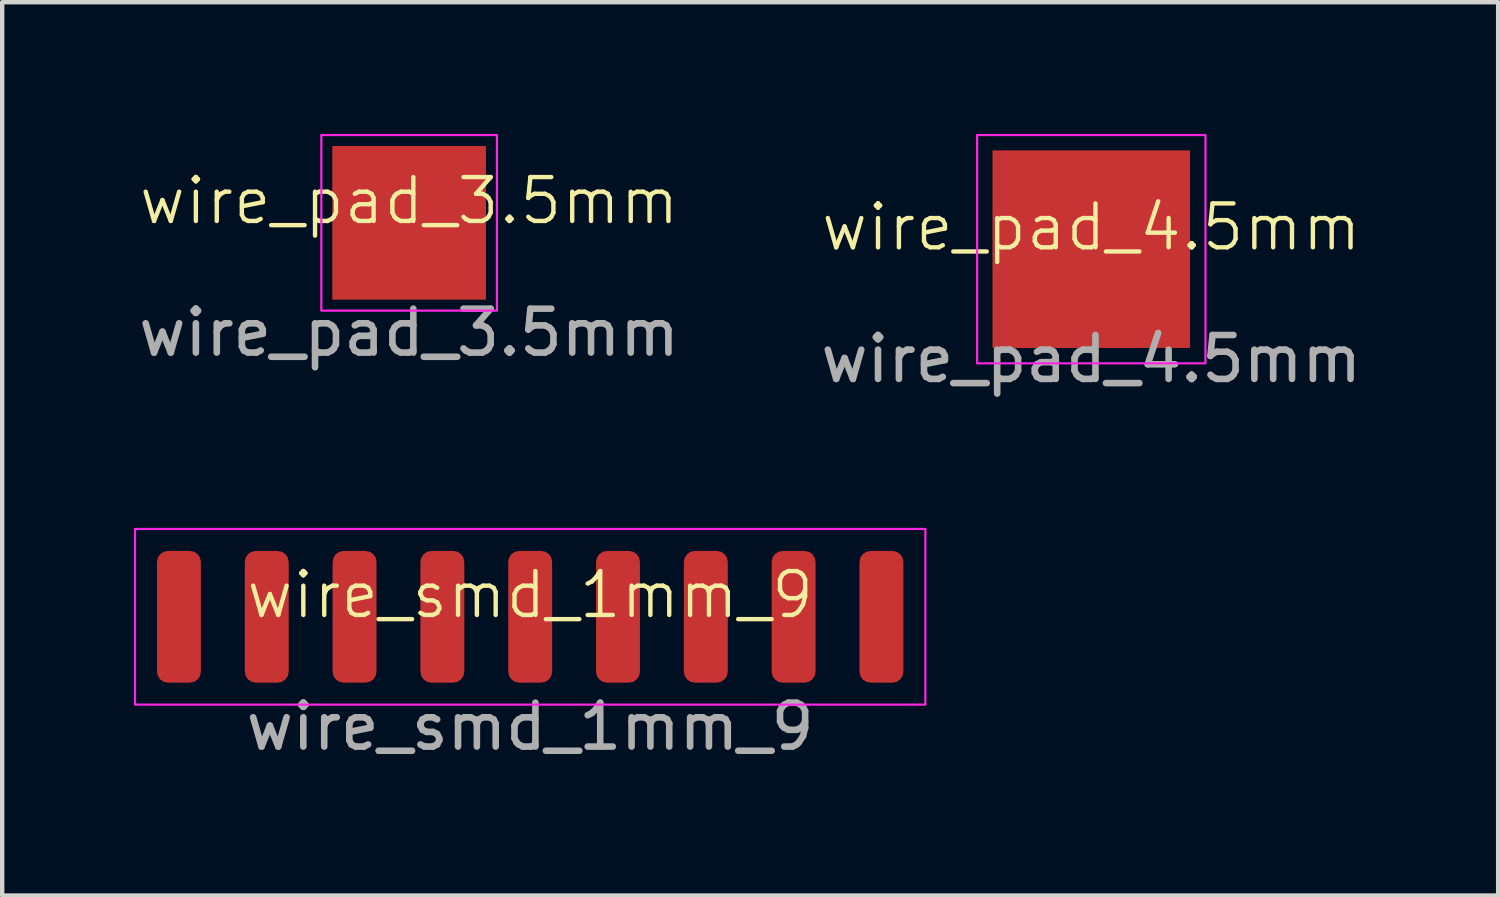
<source format=kicad_pcb>
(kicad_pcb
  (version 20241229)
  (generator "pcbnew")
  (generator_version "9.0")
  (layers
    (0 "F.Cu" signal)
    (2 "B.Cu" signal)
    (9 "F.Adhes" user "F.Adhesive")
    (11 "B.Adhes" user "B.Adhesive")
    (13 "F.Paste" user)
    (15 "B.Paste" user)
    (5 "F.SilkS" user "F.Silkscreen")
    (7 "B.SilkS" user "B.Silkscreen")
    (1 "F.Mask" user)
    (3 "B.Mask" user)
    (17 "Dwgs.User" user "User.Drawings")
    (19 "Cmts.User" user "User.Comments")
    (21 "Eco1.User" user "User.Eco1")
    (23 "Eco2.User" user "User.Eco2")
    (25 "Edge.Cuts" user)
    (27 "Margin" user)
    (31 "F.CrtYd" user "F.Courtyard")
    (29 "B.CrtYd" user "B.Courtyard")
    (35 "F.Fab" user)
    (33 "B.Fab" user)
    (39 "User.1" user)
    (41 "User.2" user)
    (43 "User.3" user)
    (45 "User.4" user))
  (footprint "wire_pad_4.5mm"
    (layer "F.Cu")
    (at 21.804 2.625)
    (property "Reference" "wire_pad_4.5mm" (at 0 -0.5 0) (unlocked yes) (layer "F.SilkS") (effects (font (size 1 1) (thickness 0.1))))
    (attr smd)
    (fp_rect (start -2.6 -2.6) (end 2.6 2.6) (stroke (width 0.05) (type default)) (fill no) (layer "F.CrtYd"))
    (fp_text user "${REFERENCE}" (at 0 2.5 0) (unlocked yes) (layer "F.Fab") (effects (font (size 1 1) (thickness 0.15))))
    (pad "1" smd rect (at 0 0) (size 4.5 4.5) (layers "F.Cu" "F.Mask" "F.Paste")))
  (footprint "wire_smd_1mm_9"
    (layer "F.Cu")
    (at 9.025 10.998)
    (property "Reference" "wire_smd_1mm_9" (at 0 -0.5 0) (unlocked yes) (layer "F.SilkS") (effects (font (size 1 1) (thickness 0.1))))
    (attr smd)
    (fp_rect (start -9 -2) (end 9 2) (stroke (width 0.05) (type default)) (fill no) (layer "F.CrtYd"))
    (fp_text user "${REFERENCE}" (at 0 2.5 0) (unlocked yes) (layer "F.Fab") (effects (font (size 1 1) (thickness 0.15))))
    (pad "1" smd roundrect (at -8 0) (size 1 3) (layers "F.Cu" "F.Mask" "F.Paste") (roundrect_rratio 0.25))
    (pad "2" smd roundrect (at -6 0) (size 1 3) (layers "F.Cu" "F.Mask" "F.Paste") (roundrect_rratio 0.25))
    (pad "3" smd roundrect (at -4 0) (size 1 3) (layers "F.Cu" "F.Mask" "F.Paste") (roundrect_rratio 0.25))
    (pad "4" smd roundrect (at -2 0) (size 1 3) (layers "F.Cu" "F.Mask" "F.Paste") (roundrect_rratio 0.25))
    (pad "5" smd roundrect (at 0 0) (size 1 3) (layers "F.Cu" "F.Mask" "F.Paste") (roundrect_rratio 0.25))
    (pad "6" smd roundrect (at 2 0) (size 1 3) (layers "F.Cu" "F.Mask" "F.Paste") (roundrect_rratio 0.25))
    (pad "7" smd roundrect (at 4 0) (size 1 3) (layers "F.Cu" "F.Mask" "F.Paste") (roundrect_rratio 0.25))
    (pad "8" smd roundrect (at 6 0) (size 1 3) (layers "F.Cu" "F.Mask" "F.Paste") (roundrect_rratio 0.25))
    (pad "9" smd roundrect (at 8 0) (size 1 3) (layers "F.Cu" "F.Mask" "F.Paste") (roundrect_rratio 0.25)))
  (footprint "wire_pad_3.5mm"
    (layer "F.Cu")
    (at 6.268 2.025)
    (property "Reference" "wire_pad_3.5mm" (at 0 -0.5 0) (unlocked yes) (layer "F.SilkS") (effects (font (size 1 1) (thickness 0.1))))
    (attr smd)
    (fp_rect (start -2 -2) (end 2 2) (stroke (width 0.05) (type default)) (fill no) (layer "F.CrtYd"))
    (fp_text user "${REFERENCE}" (at 0 2.5 0) (unlocked yes) (layer "F.Fab") (effects (font (size 1 1) (thickness 0.15))))
    (pad "1" smd rect (at 0 0) (size 3.5 3.5) (layers "F.Cu" "F.Mask" "F.Paste")))
  (gr_rect
    (start -3 -3)
    (end 31.071 17.346)
    (stroke (width 0.1) (type default))
    (fill no)
    (layer "Edge.Cuts")))
</source>
